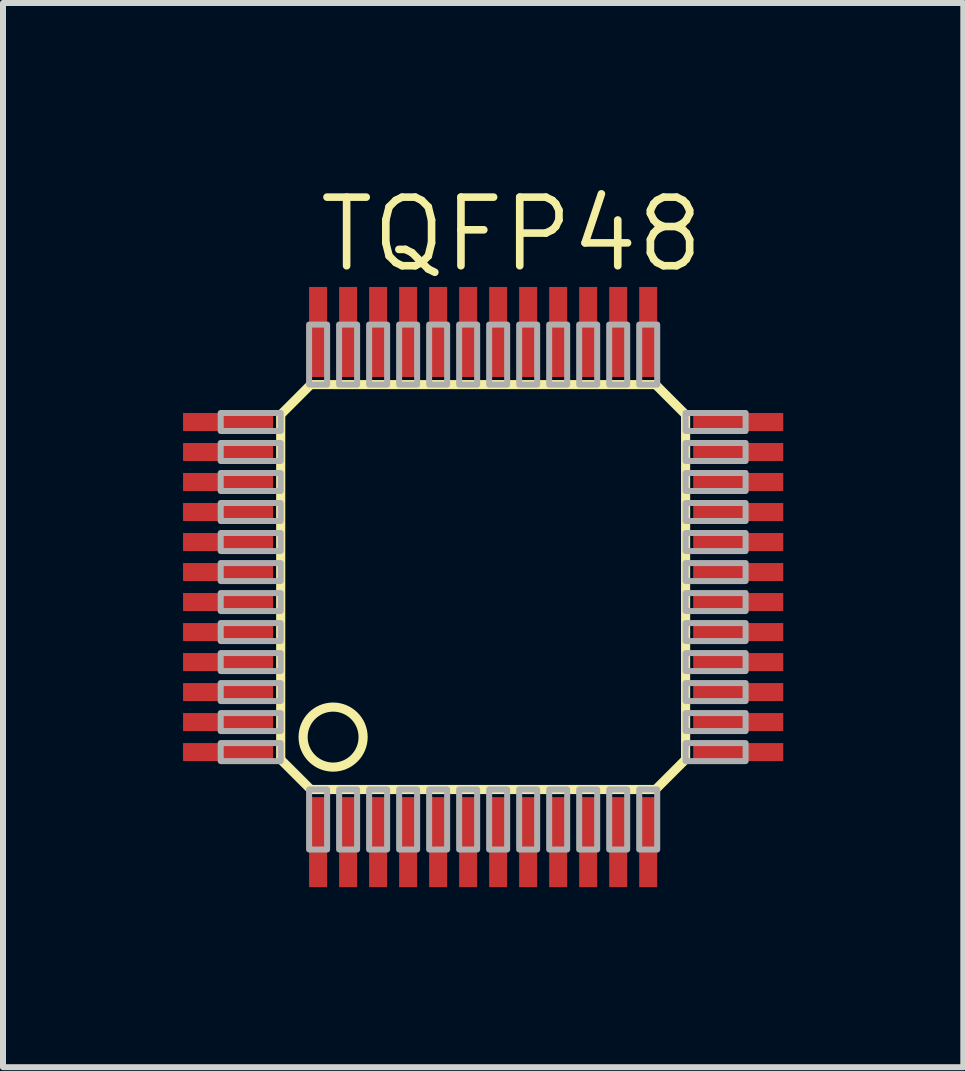
<source format=kicad_pcb>
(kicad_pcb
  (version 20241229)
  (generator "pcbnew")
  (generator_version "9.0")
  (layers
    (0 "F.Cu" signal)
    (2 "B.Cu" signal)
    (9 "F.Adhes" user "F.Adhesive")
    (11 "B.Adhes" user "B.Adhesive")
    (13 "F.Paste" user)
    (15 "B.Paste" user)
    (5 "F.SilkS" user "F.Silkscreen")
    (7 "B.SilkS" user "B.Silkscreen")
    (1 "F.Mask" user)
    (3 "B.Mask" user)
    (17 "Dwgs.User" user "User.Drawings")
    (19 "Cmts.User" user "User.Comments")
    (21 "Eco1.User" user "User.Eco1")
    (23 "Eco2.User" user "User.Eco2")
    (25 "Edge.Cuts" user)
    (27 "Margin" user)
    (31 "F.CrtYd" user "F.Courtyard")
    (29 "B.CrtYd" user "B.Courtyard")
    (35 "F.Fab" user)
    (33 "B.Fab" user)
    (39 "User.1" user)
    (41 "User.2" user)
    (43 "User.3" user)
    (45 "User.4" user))
  (footprint "TQFP48"
    (layer "F.Cu")
    (at 5 6.731)
    (property "Reference" "TQFP48" (at -2.794 -5.207 0) (layer "F.SilkS") (effects (font (size 1.143 1.143) (thickness 0.127)) (justify left bottom)))
    (fp_line (start -3.373 -2.873) (end -3.373 2.873) (stroke (width 0.152) (type solid)) (layer "F.SilkS"))
    (fp_line (start -3.373 2.873) (end -2.873 3.373) (stroke (width 0.152) (type solid)) (layer "F.SilkS"))
    (fp_line (start -2.873 -3.373) (end -3.373 -2.873) (stroke (width 0.152) (type solid)) (layer "F.SilkS"))
    (fp_line (start -2.873 3.373) (end 2.873 3.373) (stroke (width 0.152) (type solid)) (layer "F.SilkS"))
    (fp_line (start 2.873 -3.373) (end -2.873 -3.373) (stroke (width 0.152) (type solid)) (layer "F.SilkS"))
    (fp_line (start 2.873 3.373) (end 3.373 2.873) (stroke (width 0.152) (type solid)) (layer "F.SilkS"))
    (fp_line (start 3.373 -2.873) (end 2.873 -3.373) (stroke (width 0.152) (type solid)) (layer "F.SilkS"))
    (fp_line (start 3.373 2.873) (end 3.373 -2.873) (stroke (width 0.152) (type solid)) (layer "F.SilkS"))
    (fp_circle (center -2.5 2.5) (end -2 2.5) (stroke (width 0.152) (type solid)) (fill no) (layer "F.SilkS"))
    (fp_poly (pts (xy -4.373 -2.6) (xy -3.373 -2.6) (xy -3.373 -2.9) (xy -4.373 -2.9)) (stroke (width 0.1) (type solid)) (fill no) (layer "F.Fab"))
    (fp_poly (pts (xy -4.373 -2.1) (xy -3.373 -2.1) (xy -3.373 -2.4) (xy -4.373 -2.4)) (stroke (width 0.1) (type solid)) (fill no) (layer "F.Fab"))
    (fp_poly (pts (xy -4.373 -1.6) (xy -3.373 -1.6) (xy -3.373 -1.9) (xy -4.373 -1.9)) (stroke (width 0.1) (type solid)) (fill no) (layer "F.Fab"))
    (fp_poly (pts (xy -4.373 -1.1) (xy -3.373 -1.1) (xy -3.373 -1.4) (xy -4.373 -1.4)) (stroke (width 0.1) (type solid)) (fill no) (layer "F.Fab"))
    (fp_poly (pts (xy -4.373 -0.6) (xy -3.373 -0.6) (xy -3.373 -0.9) (xy -4.373 -0.9)) (stroke (width 0.1) (type solid)) (fill no) (layer "F.Fab"))
    (fp_poly (pts (xy -4.373 -0.1) (xy -3.373 -0.1) (xy -3.373 -0.4) (xy -4.373 -0.4)) (stroke (width 0.1) (type solid)) (fill no) (layer "F.Fab"))
    (fp_poly (pts (xy -4.373 0.4) (xy -3.373 0.4) (xy -3.373 0.1) (xy -4.373 0.1)) (stroke (width 0.1) (type solid)) (fill no) (layer "F.Fab"))
    (fp_poly (pts (xy -4.373 0.9) (xy -3.373 0.9) (xy -3.373 0.6) (xy -4.373 0.6)) (stroke (width 0.1) (type solid)) (fill no) (layer "F.Fab"))
    (fp_poly (pts (xy -4.373 1.4) (xy -3.373 1.4) (xy -3.373 1.1) (xy -4.373 1.1)) (stroke (width 0.1) (type solid)) (fill no) (layer "F.Fab"))
    (fp_poly (pts (xy -4.373 1.9) (xy -3.373 1.9) (xy -3.373 1.6) (xy -4.373 1.6)) (stroke (width 0.1) (type solid)) (fill no) (layer "F.Fab"))
    (fp_poly (pts (xy -4.373 2.4) (xy -3.373 2.4) (xy -3.373 2.1) (xy -4.373 2.1)) (stroke (width 0.1) (type solid)) (fill no) (layer "F.Fab"))
    (fp_poly (pts (xy -4.373 2.9) (xy -3.373 2.9) (xy -3.373 2.6) (xy -4.373 2.6)) (stroke (width 0.1) (type solid)) (fill no) (layer "F.Fab"))
    (fp_poly (pts (xy -2.9 -3.373) (xy -2.6 -3.373) (xy -2.6 -4.373) (xy -2.9 -4.373)) (stroke (width 0.1) (type solid)) (fill no) (layer "F.Fab"))
    (fp_poly (pts (xy -2.9 4.373) (xy -2.6 4.373) (xy -2.6 3.373) (xy -2.9 3.373)) (stroke (width 0.1) (type solid)) (fill no) (layer "F.Fab"))
    (fp_poly (pts (xy -2.4 -3.373) (xy -2.1 -3.373) (xy -2.1 -4.373) (xy -2.4 -4.373)) (stroke (width 0.1) (type solid)) (fill no) (layer "F.Fab"))
    (fp_poly (pts (xy -2.4 4.373) (xy -2.1 4.373) (xy -2.1 3.373) (xy -2.4 3.373)) (stroke (width 0.1) (type solid)) (fill no) (layer "F.Fab"))
    (fp_poly (pts (xy -1.9 -3.373) (xy -1.6 -3.373) (xy -1.6 -4.373) (xy -1.9 -4.373)) (stroke (width 0.1) (type solid)) (fill no) (layer "F.Fab"))
    (fp_poly (pts (xy -1.9 4.373) (xy -1.6 4.373) (xy -1.6 3.373) (xy -1.9 3.373)) (stroke (width 0.1) (type solid)) (fill no) (layer "F.Fab"))
    (fp_poly (pts (xy -1.4 -3.373) (xy -1.1 -3.373) (xy -1.1 -4.373) (xy -1.4 -4.373)) (stroke (width 0.1) (type solid)) (fill no) (layer "F.Fab"))
    (fp_poly (pts (xy -1.4 4.373) (xy -1.1 4.373) (xy -1.1 3.373) (xy -1.4 3.373)) (stroke (width 0.1) (type solid)) (fill no) (layer "F.Fab"))
    (fp_poly (pts (xy -0.9 -3.373) (xy -0.6 -3.373) (xy -0.6 -4.373) (xy -0.9 -4.373)) (stroke (width 0.1) (type solid)) (fill no) (layer "F.Fab"))
    (fp_poly (pts (xy -0.9 4.373) (xy -0.6 4.373) (xy -0.6 3.373) (xy -0.9 3.373)) (stroke (width 0.1) (type solid)) (fill no) (layer "F.Fab"))
    (fp_poly (pts (xy -0.4 -3.373) (xy -0.1 -3.373) (xy -0.1 -4.373) (xy -0.4 -4.373)) (stroke (width 0.1) (type solid)) (fill no) (layer "F.Fab"))
    (fp_poly (pts (xy -0.4 4.373) (xy -0.1 4.373) (xy -0.1 3.373) (xy -0.4 3.373)) (stroke (width 0.1) (type solid)) (fill no) (layer "F.Fab"))
    (fp_poly (pts (xy 0.1 -3.373) (xy 0.4 -3.373) (xy 0.4 -4.373) (xy 0.1 -4.373)) (stroke (width 0.1) (type solid)) (fill no) (layer "F.Fab"))
    (fp_poly (pts (xy 0.1 4.373) (xy 0.4 4.373) (xy 0.4 3.373) (xy 0.1 3.373)) (stroke (width 0.1) (type solid)) (fill no) (layer "F.Fab"))
    (fp_poly (pts (xy 0.6 -3.373) (xy 0.9 -3.373) (xy 0.9 -4.373) (xy 0.6 -4.373)) (stroke (width 0.1) (type solid)) (fill no) (layer "F.Fab"))
    (fp_poly (pts (xy 0.6 4.373) (xy 0.9 4.373) (xy 0.9 3.373) (xy 0.6 3.373)) (stroke (width 0.1) (type solid)) (fill no) (layer "F.Fab"))
    (fp_poly (pts (xy 1.1 -3.373) (xy 1.4 -3.373) (xy 1.4 -4.373) (xy 1.1 -4.373)) (stroke (width 0.1) (type solid)) (fill no) (layer "F.Fab"))
    (fp_poly (pts (xy 1.1 4.373) (xy 1.4 4.373) (xy 1.4 3.373) (xy 1.1 3.373)) (stroke (width 0.1) (type solid)) (fill no) (layer "F.Fab"))
    (fp_poly (pts (xy 1.6 -3.373) (xy 1.9 -3.373) (xy 1.9 -4.373) (xy 1.6 -4.373)) (stroke (width 0.1) (type solid)) (fill no) (layer "F.Fab"))
    (fp_poly (pts (xy 1.6 4.373) (xy 1.9 4.373) (xy 1.9 3.373) (xy 1.6 3.373)) (stroke (width 0.1) (type solid)) (fill no) (layer "F.Fab"))
    (fp_poly (pts (xy 2.1 -3.373) (xy 2.4 -3.373) (xy 2.4 -4.373) (xy 2.1 -4.373)) (stroke (width 0.1) (type solid)) (fill no) (layer "F.Fab"))
    (fp_poly (pts (xy 2.1 4.373) (xy 2.4 4.373) (xy 2.4 3.373) (xy 2.1 3.373)) (stroke (width 0.1) (type solid)) (fill no) (layer "F.Fab"))
    (fp_poly (pts (xy 2.6 -3.373) (xy 2.9 -3.373) (xy 2.9 -4.373) (xy 2.6 -4.373)) (stroke (width 0.1) (type solid)) (fill no) (layer "F.Fab"))
    (fp_poly (pts (xy 2.6 4.373) (xy 2.9 4.373) (xy 2.9 3.373) (xy 2.6 3.373)) (stroke (width 0.1) (type solid)) (fill no) (layer "F.Fab"))
    (fp_poly (pts (xy 3.373 -2.6) (xy 4.373 -2.6) (xy 4.373 -2.9) (xy 3.373 -2.9)) (stroke (width 0.1) (type solid)) (fill no) (layer "F.Fab"))
    (fp_poly (pts (xy 3.373 -2.1) (xy 4.373 -2.1) (xy 4.373 -2.4) (xy 3.373 -2.4)) (stroke (width 0.1) (type solid)) (fill no) (layer "F.Fab"))
    (fp_poly (pts (xy 3.373 -1.6) (xy 4.373 -1.6) (xy 4.373 -1.9) (xy 3.373 -1.9)) (stroke (width 0.1) (type solid)) (fill no) (layer "F.Fab"))
    (fp_poly (pts (xy 3.373 -1.1) (xy 4.373 -1.1) (xy 4.373 -1.4) (xy 3.373 -1.4)) (stroke (width 0.1) (type solid)) (fill no) (layer "F.Fab"))
    (fp_poly (pts (xy 3.373 -0.6) (xy 4.373 -0.6) (xy 4.373 -0.9) (xy 3.373 -0.9)) (stroke (width 0.1) (type solid)) (fill no) (layer "F.Fab"))
    (fp_poly (pts (xy 3.373 -0.1) (xy 4.373 -0.1) (xy 4.373 -0.4) (xy 3.373 -0.4)) (stroke (width 0.1) (type solid)) (fill no) (layer "F.Fab"))
    (fp_poly (pts (xy 3.373 0.4) (xy 4.373 0.4) (xy 4.373 0.1) (xy 3.373 0.1)) (stroke (width 0.1) (type solid)) (fill no) (layer "F.Fab"))
    (fp_poly (pts (xy 3.373 0.9) (xy 4.373 0.9) (xy 4.373 0.6) (xy 3.373 0.6)) (stroke (width 0.1) (type solid)) (fill no) (layer "F.Fab"))
    (fp_poly (pts (xy 3.373 1.4) (xy 4.373 1.4) (xy 4.373 1.1) (xy 3.373 1.1)) (stroke (width 0.1) (type solid)) (fill no) (layer "F.Fab"))
    (fp_poly (pts (xy 3.373 1.9) (xy 4.373 1.9) (xy 4.373 1.6) (xy 3.373 1.6)) (stroke (width 0.1) (type solid)) (fill no) (layer "F.Fab"))
    (fp_poly (pts (xy 3.373 2.4) (xy 4.373 2.4) (xy 4.373 2.1) (xy 3.373 2.1)) (stroke (width 0.1) (type solid)) (fill no) (layer "F.Fab"))
    (fp_poly (pts (xy 3.373 2.9) (xy 4.373 2.9) (xy 4.373 2.6) (xy 3.373 2.6)) (stroke (width 0.1) (type solid)) (fill no) (layer "F.Fab"))
    (pad "1" smd rect (at -2.75 4.25) (size 0.3 1.5) (layers "F.Cu" "F.Mask" "F.Paste"))
    (pad "2" smd rect (at -2.25 4.25) (size 0.3 1.5) (layers "F.Cu" "F.Mask" "F.Paste"))
    (pad "3" smd rect (at -1.75 4.25) (size 0.3 1.5) (layers "F.Cu" "F.Mask" "F.Paste"))
    (pad "4" smd rect (at -1.25 4.25) (size 0.3 1.5) (layers "F.Cu" "F.Mask" "F.Paste"))
    (pad "5" smd rect (at -0.75 4.25) (size 0.3 1.5) (layers "F.Cu" "F.Mask" "F.Paste"))
    (pad "6" smd rect (at -0.25 4.25) (size 0.3 1.5) (layers "F.Cu" "F.Mask" "F.Paste"))
    (pad "7" smd rect (at 0.25 4.25) (size 0.3 1.5) (layers "F.Cu" "F.Mask" "F.Paste"))
    (pad "8" smd rect (at 0.75 4.25) (size 0.3 1.5) (layers "F.Cu" "F.Mask" "F.Paste"))
    (pad "9" smd rect (at 1.25 4.25) (size 0.3 1.5) (layers "F.Cu" "F.Mask" "F.Paste"))
    (pad "10" smd rect (at 1.75 4.25) (size 0.3 1.5) (layers "F.Cu" "F.Mask" "F.Paste"))
    (pad "11" smd rect (at 2.25 4.25) (size 0.3 1.5) (layers "F.Cu" "F.Mask" "F.Paste"))
    (pad "12" smd rect (at 2.75 4.25) (size 0.3 1.5) (layers "F.Cu" "F.Mask" "F.Paste"))
    (pad "13" smd rect (at 4.25 2.75) (size 1.5 0.3) (layers "F.Cu" "F.Mask" "F.Paste"))
    (pad "14" smd rect (at 4.25 2.25) (size 1.5 0.3) (layers "F.Cu" "F.Mask" "F.Paste"))
    (pad "15" smd rect (at 4.25 1.75) (size 1.5 0.3) (layers "F.Cu" "F.Mask" "F.Paste"))
    (pad "16" smd rect (at 4.25 1.25) (size 1.5 0.3) (layers "F.Cu" "F.Mask" "F.Paste"))
    (pad "17" smd rect (at 4.25 0.75) (size 1.5 0.3) (layers "F.Cu" "F.Mask" "F.Paste"))
    (pad "18" smd rect (at 4.25 0.25) (size 1.5 0.3) (layers "F.Cu" "F.Mask" "F.Paste"))
    (pad "19" smd rect (at 4.25 -0.25) (size 1.5 0.3) (layers "F.Cu" "F.Mask" "F.Paste"))
    (pad "20" smd rect (at 4.25 -0.75) (size 1.5 0.3) (layers "F.Cu" "F.Mask" "F.Paste"))
    (pad "21" smd rect (at 4.25 -1.25) (size 1.5 0.3) (layers "F.Cu" "F.Mask" "F.Paste"))
    (pad "22" smd rect (at 4.25 -1.75) (size 1.5 0.3) (layers "F.Cu" "F.Mask" "F.Paste"))
    (pad "23" smd rect (at 4.25 -2.25) (size 1.5 0.3) (layers "F.Cu" "F.Mask" "F.Paste"))
    (pad "24" smd rect (at 4.25 -2.75) (size 1.5 0.3) (layers "F.Cu" "F.Mask" "F.Paste"))
    (pad "25" smd rect (at 2.75 -4.25) (size 0.3 1.5) (layers "F.Cu" "F.Mask" "F.Paste"))
    (pad "26" smd rect (at 2.25 -4.25) (size 0.3 1.5) (layers "F.Cu" "F.Mask" "F.Paste"))
    (pad "27" smd rect (at 1.75 -4.25) (size 0.3 1.5) (layers "F.Cu" "F.Mask" "F.Paste"))
    (pad "28" smd rect (at 1.25 -4.25) (size 0.3 1.5) (layers "F.Cu" "F.Mask" "F.Paste"))
    (pad "29" smd rect (at 0.75 -4.25) (size 0.3 1.5) (layers "F.Cu" "F.Mask" "F.Paste"))
    (pad "30" smd rect (at 0.25 -4.25) (size 0.3 1.5) (layers "F.Cu" "F.Mask" "F.Paste"))
    (pad "31" smd rect (at -0.25 -4.25) (size 0.3 1.5) (layers "F.Cu" "F.Mask" "F.Paste"))
    (pad "32" smd rect (at -0.75 -4.25) (size 0.3 1.5) (layers "F.Cu" "F.Mask" "F.Paste"))
    (pad "33" smd rect (at -1.25 -4.25) (size 0.3 1.5) (layers "F.Cu" "F.Mask" "F.Paste"))
    (pad "34" smd rect (at -1.75 -4.25) (size 0.3 1.5) (layers "F.Cu" "F.Mask" "F.Paste"))
    (pad "35" smd rect (at -2.25 -4.25) (size 0.3 1.5) (layers "F.Cu" "F.Mask" "F.Paste"))
    (pad "36" smd rect (at -2.75 -4.25) (size 0.3 1.5) (layers "F.Cu" "F.Mask" "F.Paste"))
    (pad "37" smd rect (at -4.25 -2.75) (size 1.5 0.3) (layers "F.Cu" "F.Mask" "F.Paste"))
    (pad "38" smd rect (at -4.25 -2.25) (size 1.5 0.3) (layers "F.Cu" "F.Mask" "F.Paste"))
    (pad "39" smd rect (at -4.25 -1.75) (size 1.5 0.3) (layers "F.Cu" "F.Mask" "F.Paste"))
    (pad "40" smd rect (at -4.25 -1.25) (size 1.5 0.3) (layers "F.Cu" "F.Mask" "F.Paste"))
    (pad "41" smd rect (at -4.25 -0.75) (size 1.5 0.3) (layers "F.Cu" "F.Mask" "F.Paste"))
    (pad "42" smd rect (at -4.25 -0.25) (size 1.5 0.3) (layers "F.Cu" "F.Mask" "F.Paste"))
    (pad "43" smd rect (at -4.25 0.25) (size 1.5 0.3) (layers "F.Cu" "F.Mask" "F.Paste"))
    (pad "44" smd rect (at -4.25 0.75) (size 1.5 0.3) (layers "F.Cu" "F.Mask" "F.Paste"))
    (pad "45" smd rect (at -4.25 1.25) (size 1.5 0.3) (layers "F.Cu" "F.Mask" "F.Paste"))
    (pad "46" smd rect (at -4.25 1.75) (size 1.5 0.3) (layers "F.Cu" "F.Mask" "F.Paste"))
    (pad "47" smd rect (at -4.25 2.25) (size 1.5 0.3) (layers "F.Cu" "F.Mask" "F.Paste"))
    (pad "48" smd rect (at -4.25 2.75) (size 1.5 0.3) (layers "F.Cu" "F.Mask" "F.Paste")))
  (gr_rect
    (start -3 -3)
    (end 13 14.731)
    (stroke (width 0.1) (type default))
    (fill no)
    (layer "Edge.Cuts")))
</source>
